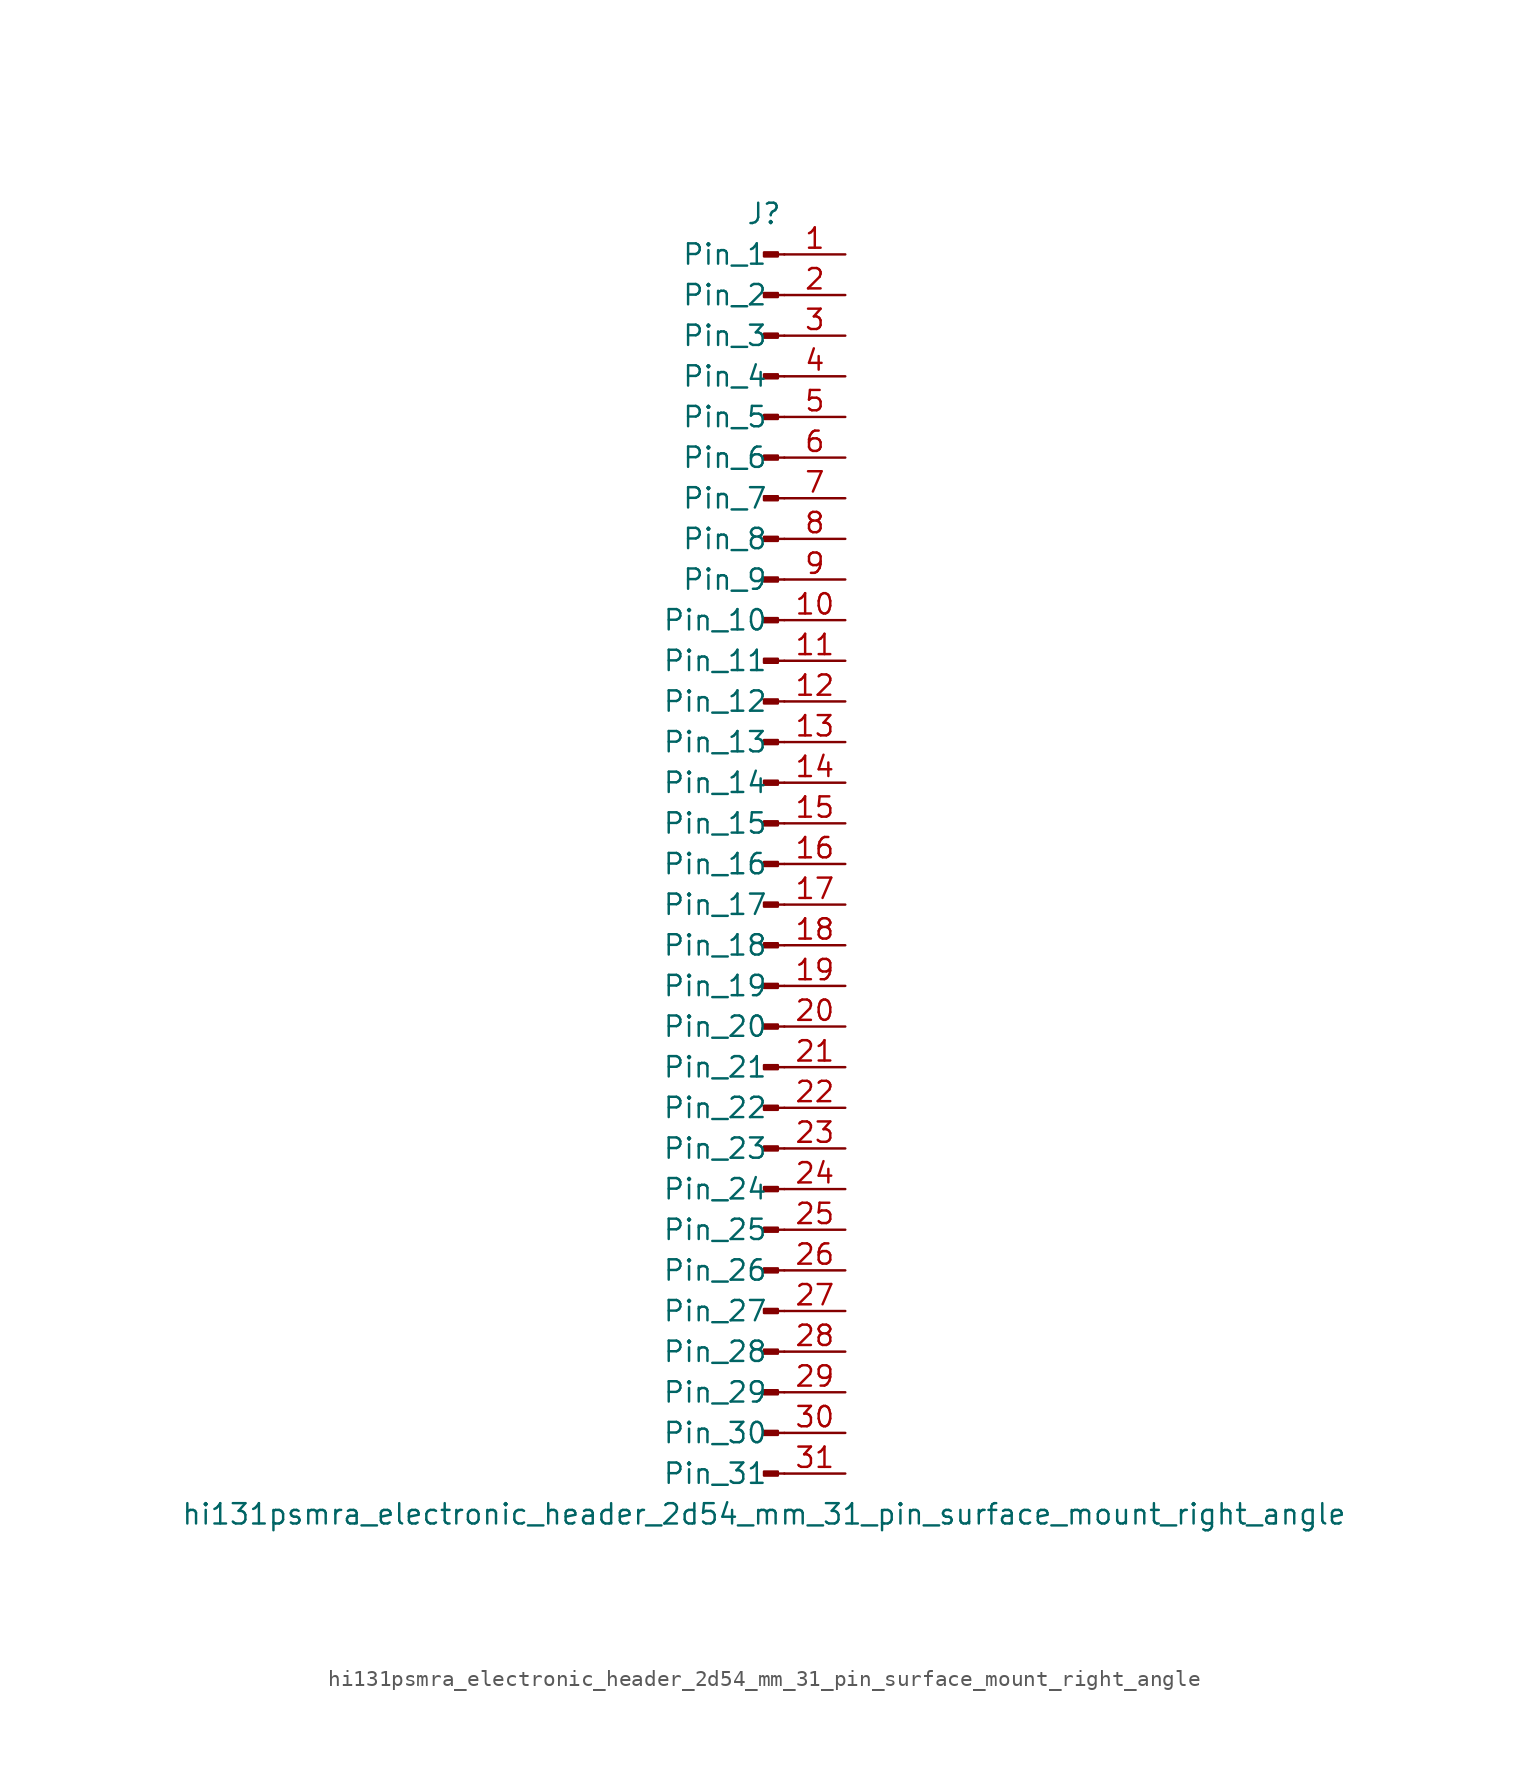
<source format=kicad_sym>
(kicad_symbol_lib
  (version 20220914)
  (generator kicad_symbol_editor)
  (symbol "hi131psmra_electronic_header_2d54_mm_31_pin_surface_mount_right_angle"
    (pin_names
      (offset 1.016))
    (property "Reference" "J"
      (at 0 40.64 0)
      (effects (font (size 1.27 1.27))))
    (property "Value" "hi131psmra_electronic_header_2d54_mm_31_pin_surface_mount_right_angle"
      (at 0 -40.64 0)
      (effects (font (size 1.27 1.27))))
    (property "ki_locked" ""
      (at 0 0 0)
      (effects (font (size 1.27 1.27))))
    (symbol "hi131psmra_electronic_header_2d54_mm_31_pin_surface_mount_right_angle_1_1"
      (polyline (pts (xy 1.27 -38.1) (xy 0.864 -38.1)) (stroke (width 0.152) (type default)) (fill (type none)))
      (polyline (pts (xy 1.27 -35.56) (xy 0.864 -35.56)) (stroke (width 0.152) (type default)) (fill (type none)))
      (polyline (pts (xy 1.27 -33.02) (xy 0.864 -33.02)) (stroke (width 0.152) (type default)) (fill (type none)))
      (polyline (pts (xy 1.27 -30.48) (xy 0.864 -30.48)) (stroke (width 0.152) (type default)) (fill (type none)))
      (polyline (pts (xy 1.27 -27.94) (xy 0.864 -27.94)) (stroke (width 0.152) (type default)) (fill (type none)))
      (polyline (pts (xy 1.27 -25.4) (xy 0.864 -25.4)) (stroke (width 0.152) (type default)) (fill (type none)))
      (polyline (pts (xy 1.27 -22.86) (xy 0.864 -22.86)) (stroke (width 0.152) (type default)) (fill (type none)))
      (polyline (pts (xy 1.27 -20.32) (xy 0.864 -20.32)) (stroke (width 0.152) (type default)) (fill (type none)))
      (polyline (pts (xy 1.27 -17.78) (xy 0.864 -17.78)) (stroke (width 0.152) (type default)) (fill (type none)))
      (polyline (pts (xy 1.27 -15.24) (xy 0.864 -15.24)) (stroke (width 0.152) (type default)) (fill (type none)))
      (polyline (pts (xy 1.27 -12.7) (xy 0.864 -12.7)) (stroke (width 0.152) (type default)) (fill (type none)))
      (polyline (pts (xy 1.27 -10.16) (xy 0.864 -10.16)) (stroke (width 0.152) (type default)) (fill (type none)))
      (polyline (pts (xy 1.27 -7.62) (xy 0.864 -7.62)) (stroke (width 0.152) (type default)) (fill (type none)))
      (polyline (pts (xy 1.27 -5.08) (xy 0.864 -5.08)) (stroke (width 0.152) (type default)) (fill (type none)))
      (polyline (pts (xy 1.27 -2.54) (xy 0.864 -2.54)) (stroke (width 0.152) (type default)) (fill (type none)))
      (polyline (pts (xy 1.27 0) (xy 0.864 0)) (stroke (width 0.152) (type default)) (fill (type none)))
      (polyline (pts (xy 1.27 2.54) (xy 0.864 2.54)) (stroke (width 0.152) (type default)) (fill (type none)))
      (polyline (pts (xy 1.27 5.08) (xy 0.864 5.08)) (stroke (width 0.152) (type default)) (fill (type none)))
      (polyline (pts (xy 1.27 7.62) (xy 0.864 7.62)) (stroke (width 0.152) (type default)) (fill (type none)))
      (polyline (pts (xy 1.27 10.16) (xy 0.864 10.16)) (stroke (width 0.152) (type default)) (fill (type none)))
      (polyline (pts (xy 1.27 12.7) (xy 0.864 12.7)) (stroke (width 0.152) (type default)) (fill (type none)))
      (polyline (pts (xy 1.27 15.24) (xy 0.864 15.24)) (stroke (width 0.152) (type default)) (fill (type none)))
      (polyline (pts (xy 1.27 17.78) (xy 0.864 17.78)) (stroke (width 0.152) (type default)) (fill (type none)))
      (polyline (pts (xy 1.27 20.32) (xy 0.864 20.32)) (stroke (width 0.152) (type default)) (fill (type none)))
      (polyline (pts (xy 1.27 22.86) (xy 0.864 22.86)) (stroke (width 0.152) (type default)) (fill (type none)))
      (polyline (pts (xy 1.27 25.4) (xy 0.864 25.4)) (stroke (width 0.152) (type default)) (fill (type none)))
      (polyline (pts (xy 1.27 27.94) (xy 0.864 27.94)) (stroke (width 0.152) (type default)) (fill (type none)))
      (polyline (pts (xy 1.27 30.48) (xy 0.864 30.48)) (stroke (width 0.152) (type default)) (fill (type none)))
      (polyline (pts (xy 1.27 33.02) (xy 0.864 33.02)) (stroke (width 0.152) (type default)) (fill (type none)))
      (polyline (pts (xy 1.27 35.56) (xy 0.864 35.56)) (stroke (width 0.152) (type default)) (fill (type none)))
      (polyline (pts (xy 1.27 38.1) (xy 0.864 38.1)) (stroke (width 0.152) (type default)) (fill (type none)))
      (rectangle (start 0.864 -37.973) (end 0 -38.227) (stroke (width 0.152) (type default)) (fill (type outline)))
      (rectangle (start 0.864 -35.433) (end 0 -35.687) (stroke (width 0.152) (type default)) (fill (type outline)))
      (rectangle (start 0.864 -32.893) (end 0 -33.147) (stroke (width 0.152) (type default)) (fill (type outline)))
      (rectangle (start 0.864 -30.353) (end 0 -30.607) (stroke (width 0.152) (type default)) (fill (type outline)))
      (rectangle (start 0.864 -27.813) (end 0 -28.067) (stroke (width 0.152) (type default)) (fill (type outline)))
      (rectangle (start 0.864 -25.273) (end 0 -25.527) (stroke (width 0.152) (type default)) (fill (type outline)))
      (rectangle (start 0.864 -22.733) (end 0 -22.987) (stroke (width 0.152) (type default)) (fill (type outline)))
      (rectangle (start 0.864 -20.193) (end 0 -20.447) (stroke (width 0.152) (type default)) (fill (type outline)))
      (rectangle (start 0.864 -17.653) (end 0 -17.907) (stroke (width 0.152) (type default)) (fill (type outline)))
      (rectangle (start 0.864 -15.113) (end 0 -15.367) (stroke (width 0.152) (type default)) (fill (type outline)))
      (rectangle (start 0.864 -12.573) (end 0 -12.827) (stroke (width 0.152) (type default)) (fill (type outline)))
      (rectangle (start 0.864 -10.033) (end 0 -10.287) (stroke (width 0.152) (type default)) (fill (type outline)))
      (rectangle (start 0.864 -7.493) (end 0 -7.747) (stroke (width 0.152) (type default)) (fill (type outline)))
      (rectangle (start 0.864 -4.953) (end 0 -5.207) (stroke (width 0.152) (type default)) (fill (type outline)))
      (rectangle (start 0.864 -2.413) (end 0 -2.667) (stroke (width 0.152) (type default)) (fill (type outline)))
      (rectangle (start 0.864 0.127) (end 0 -0.127) (stroke (width 0.152) (type default)) (fill (type outline)))
      (rectangle (start 0.864 2.667) (end 0 2.413) (stroke (width 0.152) (type default)) (fill (type outline)))
      (rectangle (start 0.864 5.207) (end 0 4.953) (stroke (width 0.152) (type default)) (fill (type outline)))
      (rectangle (start 0.864 7.747) (end 0 7.493) (stroke (width 0.152) (type default)) (fill (type outline)))
      (rectangle (start 0.864 10.287) (end 0 10.033) (stroke (width 0.152) (type default)) (fill (type outline)))
      (rectangle (start 0.864 12.827) (end 0 12.573) (stroke (width 0.152) (type default)) (fill (type outline)))
      (rectangle (start 0.864 15.367) (end 0 15.113) (stroke (width 0.152) (type default)) (fill (type outline)))
      (rectangle (start 0.864 17.907) (end 0 17.653) (stroke (width 0.152) (type default)) (fill (type outline)))
      (rectangle (start 0.864 20.447) (end 0 20.193) (stroke (width 0.152) (type default)) (fill (type outline)))
      (rectangle (start 0.864 22.987) (end 0 22.733) (stroke (width 0.152) (type default)) (fill (type outline)))
      (rectangle (start 0.864 25.527) (end 0 25.273) (stroke (width 0.152) (type default)) (fill (type outline)))
      (rectangle (start 0.864 28.067) (end 0 27.813) (stroke (width 0.152) (type default)) (fill (type outline)))
      (rectangle (start 0.864 30.607) (end 0 30.353) (stroke (width 0.152) (type default)) (fill (type outline)))
      (rectangle (start 0.864 33.147) (end 0 32.893) (stroke (width 0.152) (type default)) (fill (type outline)))
      (rectangle (start 0.864 35.687) (end 0 35.433) (stroke (width 0.152) (type default)) (fill (type outline)))
      (rectangle (start 0.864 38.227) (end 0 37.973) (stroke (width 0.152) (type default)) (fill (type outline)))
      (pin passive line (at 5.08 38.1 180) (length 3.81) (name "Pin_1" (effects (font (size 1.27 1.27)))) (number "1" (effects (font (size 1.27 1.27)))))
      (pin passive line (at 5.08 15.24 180) (length 3.81) (name "Pin_10" (effects (font (size 1.27 1.27)))) (number "10" (effects (font (size 1.27 1.27)))))
      (pin passive line (at 5.08 12.7 180) (length 3.81) (name "Pin_11" (effects (font (size 1.27 1.27)))) (number "11" (effects (font (size 1.27 1.27)))))
      (pin passive line (at 5.08 10.16 180) (length 3.81) (name "Pin_12" (effects (font (size 1.27 1.27)))) (number "12" (effects (font (size 1.27 1.27)))))
      (pin passive line (at 5.08 7.62 180) (length 3.81) (name "Pin_13" (effects (font (size 1.27 1.27)))) (number "13" (effects (font (size 1.27 1.27)))))
      (pin passive line (at 5.08 5.08 180) (length 3.81) (name "Pin_14" (effects (font (size 1.27 1.27)))) (number "14" (effects (font (size 1.27 1.27)))))
      (pin passive line (at 5.08 2.54 180) (length 3.81) (name "Pin_15" (effects (font (size 1.27 1.27)))) (number "15" (effects (font (size 1.27 1.27)))))
      (pin passive line (at 5.08 0 180) (length 3.81) (name "Pin_16" (effects (font (size 1.27 1.27)))) (number "16" (effects (font (size 1.27 1.27)))))
      (pin passive line (at 5.08 -2.54 180) (length 3.81) (name "Pin_17" (effects (font (size 1.27 1.27)))) (number "17" (effects (font (size 1.27 1.27)))))
      (pin passive line (at 5.08 -5.08 180) (length 3.81) (name "Pin_18" (effects (font (size 1.27 1.27)))) (number "18" (effects (font (size 1.27 1.27)))))
      (pin passive line (at 5.08 -7.62 180) (length 3.81) (name "Pin_19" (effects (font (size 1.27 1.27)))) (number "19" (effects (font (size 1.27 1.27)))))
      (pin passive line (at 5.08 35.56 180) (length 3.81) (name "Pin_2" (effects (font (size 1.27 1.27)))) (number "2" (effects (font (size 1.27 1.27)))))
      (pin passive line (at 5.08 -10.16 180) (length 3.81) (name "Pin_20" (effects (font (size 1.27 1.27)))) (number "20" (effects (font (size 1.27 1.27)))))
      (pin passive line (at 5.08 -12.7 180) (length 3.81) (name "Pin_21" (effects (font (size 1.27 1.27)))) (number "21" (effects (font (size 1.27 1.27)))))
      (pin passive line (at 5.08 -15.24 180) (length 3.81) (name "Pin_22" (effects (font (size 1.27 1.27)))) (number "22" (effects (font (size 1.27 1.27)))))
      (pin passive line (at 5.08 -17.78 180) (length 3.81) (name "Pin_23" (effects (font (size 1.27 1.27)))) (number "23" (effects (font (size 1.27 1.27)))))
      (pin passive line (at 5.08 -20.32 180) (length 3.81) (name "Pin_24" (effects (font (size 1.27 1.27)))) (number "24" (effects (font (size 1.27 1.27)))))
      (pin passive line (at 5.08 -22.86 180) (length 3.81) (name "Pin_25" (effects (font (size 1.27 1.27)))) (number "25" (effects (font (size 1.27 1.27)))))
      (pin passive line (at 5.08 -25.4 180) (length 3.81) (name "Pin_26" (effects (font (size 1.27 1.27)))) (number "26" (effects (font (size 1.27 1.27)))))
      (pin passive line (at 5.08 -27.94 180) (length 3.81) (name "Pin_27" (effects (font (size 1.27 1.27)))) (number "27" (effects (font (size 1.27 1.27)))))
      (pin passive line (at 5.08 -30.48 180) (length 3.81) (name "Pin_28" (effects (font (size 1.27 1.27)))) (number "28" (effects (font (size 1.27 1.27)))))
      (pin passive line (at 5.08 -33.02 180) (length 3.81) (name "Pin_29" (effects (font (size 1.27 1.27)))) (number "29" (effects (font (size 1.27 1.27)))))
      (pin passive line (at 5.08 33.02 180) (length 3.81) (name "Pin_3" (effects (font (size 1.27 1.27)))) (number "3" (effects (font (size 1.27 1.27)))))
      (pin passive line (at 5.08 -35.56 180) (length 3.81) (name "Pin_30" (effects (font (size 1.27 1.27)))) (number "30" (effects (font (size 1.27 1.27)))))
      (pin passive line (at 5.08 -38.1 180) (length 3.81) (name "Pin_31" (effects (font (size 1.27 1.27)))) (number "31" (effects (font (size 1.27 1.27)))))
      (pin passive line (at 5.08 30.48 180) (length 3.81) (name "Pin_4" (effects (font (size 1.27 1.27)))) (number "4" (effects (font (size 1.27 1.27)))))
      (pin passive line (at 5.08 27.94 180) (length 3.81) (name "Pin_5" (effects (font (size 1.27 1.27)))) (number "5" (effects (font (size 1.27 1.27)))))
      (pin passive line (at 5.08 25.4 180) (length 3.81) (name "Pin_6" (effects (font (size 1.27 1.27)))) (number "6" (effects (font (size 1.27 1.27)))))
      (pin passive line (at 5.08 22.86 180) (length 3.81) (name "Pin_7" (effects (font (size 1.27 1.27)))) (number "7" (effects (font (size 1.27 1.27)))))
      (pin passive line (at 5.08 20.32 180) (length 3.81) (name "Pin_8" (effects (font (size 1.27 1.27)))) (number "8" (effects (font (size 1.27 1.27)))))
      (pin passive line (at 5.08 17.78 180) (length 3.81) (name "Pin_9" (effects (font (size 1.27 1.27)))) (number "9" (effects (font (size 1.27 1.27))))))))
</source>
